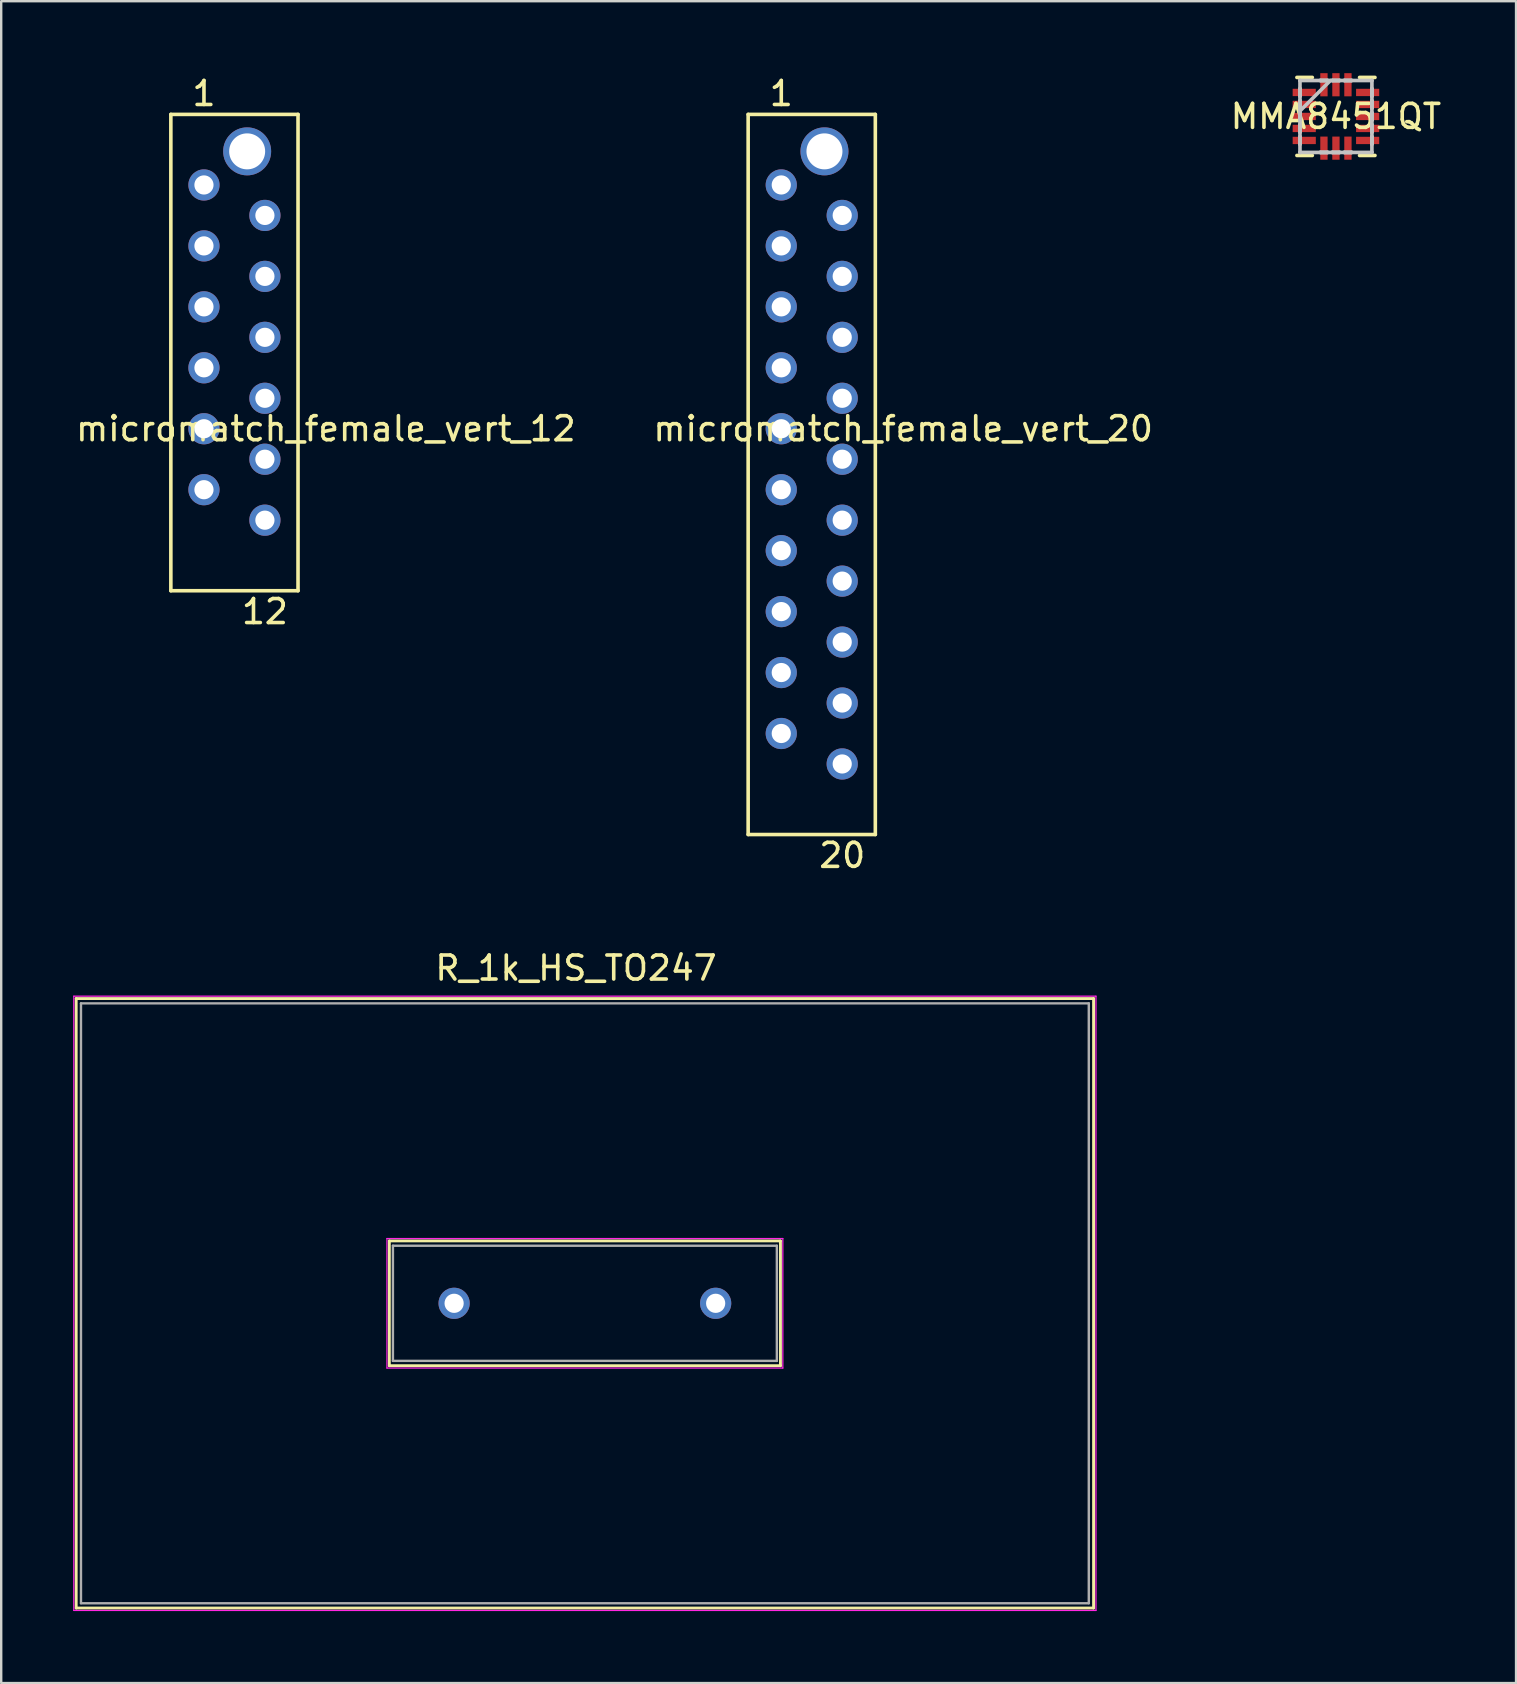
<source format=kicad_pcb>
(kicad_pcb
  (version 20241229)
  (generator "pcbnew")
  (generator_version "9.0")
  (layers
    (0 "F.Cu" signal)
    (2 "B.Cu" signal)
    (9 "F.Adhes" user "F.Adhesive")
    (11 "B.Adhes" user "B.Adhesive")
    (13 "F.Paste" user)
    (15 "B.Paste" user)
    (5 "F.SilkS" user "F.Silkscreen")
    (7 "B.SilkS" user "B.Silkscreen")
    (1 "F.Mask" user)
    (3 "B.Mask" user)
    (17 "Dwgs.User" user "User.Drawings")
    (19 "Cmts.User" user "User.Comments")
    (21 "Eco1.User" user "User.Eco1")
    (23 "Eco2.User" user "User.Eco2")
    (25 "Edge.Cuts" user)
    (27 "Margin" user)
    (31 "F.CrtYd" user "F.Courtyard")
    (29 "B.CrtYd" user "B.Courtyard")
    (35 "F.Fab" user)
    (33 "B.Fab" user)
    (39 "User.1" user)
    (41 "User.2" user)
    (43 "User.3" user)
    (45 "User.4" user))
  (footprint "MMA8451QT"
    (layer "F.Cu")
    (at 52.625 1.803)
    (property "Reference" "MMA8451QT" (at 0 0 0) (layer "F.SilkS") (effects (font (size 1 1) (thickness 0.15))))
    (attr through_hole)
    (fp_line (start -1.626 1.626) (end -0.985 1.626) (stroke (width 0.152) (type solid)) (layer "F.SilkS"))
    (fp_line (start -0.985 -1.626) (end -1.626 -1.626) (stroke (width 0.152) (type solid)) (layer "F.SilkS"))
    (fp_line (start 0.985 1.626) (end 1.626 1.626) (stroke (width 0.152) (type solid)) (layer "F.SilkS"))
    (fp_line (start 1.626 -1.626) (end 0.985 -1.626) (stroke (width 0.152) (type solid)) (layer "F.SilkS"))
    (fp_line (start -1.499 -1.499) (end -1.499 -1.499) (stroke (width 0.152) (type solid)) (layer "Dwgs.User"))
    (fp_line (start -1.499 -1.499) (end -1.499 1.499) (stroke (width 0.152) (type solid)) (layer "Dwgs.User"))
    (fp_line (start -1.499 -1.152) (end -1.499 -1.152) (stroke (width 0.152) (type solid)) (layer "Dwgs.User"))
    (fp_line (start -1.499 -1.152) (end -1.499 -0.848) (stroke (width 0.152) (type solid)) (layer "Dwgs.User"))
    (fp_line (start -1.499 -0.848) (end -1.499 -1.152) (stroke (width 0.152) (type solid)) (layer "Dwgs.User"))
    (fp_line (start -1.499 -0.848) (end -1.499 -0.848) (stroke (width 0.152) (type solid)) (layer "Dwgs.User"))
    (fp_line (start -1.499 -0.652) (end -1.499 -0.652) (stroke (width 0.152) (type solid)) (layer "Dwgs.User"))
    (fp_line (start -1.499 -0.652) (end -1.499 -0.348) (stroke (width 0.152) (type solid)) (layer "Dwgs.User"))
    (fp_line (start -1.499 -0.348) (end -1.499 -0.652) (stroke (width 0.152) (type solid)) (layer "Dwgs.User"))
    (fp_line (start -1.499 -0.348) (end -1.499 -0.348) (stroke (width 0.152) (type solid)) (layer "Dwgs.User"))
    (fp_line (start -1.499 -0.229) (end -0.229 -1.499) (stroke (width 0.152) (type solid)) (layer "Dwgs.User"))
    (fp_line (start -1.499 -0.152) (end -1.499 -0.152) (stroke (width 0.152) (type solid)) (layer "Dwgs.User"))
    (fp_line (start -1.499 -0.152) (end -1.499 0.152) (stroke (width 0.152) (type solid)) (layer "Dwgs.User"))
    (fp_line (start -1.499 0.152) (end -1.499 -0.152) (stroke (width 0.152) (type solid)) (layer "Dwgs.User"))
    (fp_line (start -1.499 0.152) (end -1.499 0.152) (stroke (width 0.152) (type solid)) (layer "Dwgs.User"))
    (fp_line (start -1.499 0.348) (end -1.499 0.348) (stroke (width 0.152) (type solid)) (layer "Dwgs.User"))
    (fp_line (start -1.499 0.348) (end -1.499 0.652) (stroke (width 0.152) (type solid)) (layer "Dwgs.User"))
    (fp_line (start -1.499 0.652) (end -1.499 0.348) (stroke (width 0.152) (type solid)) (layer "Dwgs.User"))
    (fp_line (start -1.499 0.652) (end -1.499 0.652) (stroke (width 0.152) (type solid)) (layer "Dwgs.User"))
    (fp_line (start -1.499 0.848) (end -1.499 0.848) (stroke (width 0.152) (type solid)) (layer "Dwgs.User"))
    (fp_line (start -1.499 0.848) (end -1.499 1.152) (stroke (width 0.152) (type solid)) (layer "Dwgs.User"))
    (fp_line (start -1.499 1.152) (end -1.499 0.848) (stroke (width 0.152) (type solid)) (layer "Dwgs.User"))
    (fp_line (start -1.499 1.152) (end -1.499 1.152) (stroke (width 0.152) (type solid)) (layer "Dwgs.User"))
    (fp_line (start -1.499 1.499) (end -1.499 1.499) (stroke (width 0.152) (type solid)) (layer "Dwgs.User"))
    (fp_line (start -1.499 1.499) (end 1.499 1.499) (stroke (width 0.152) (type solid)) (layer "Dwgs.User"))
    (fp_line (start -0.652 -1.499) (end -0.652 -1.499) (stroke (width 0.152) (type solid)) (layer "Dwgs.User"))
    (fp_line (start -0.652 -1.499) (end -0.348 -1.499) (stroke (width 0.152) (type solid)) (layer "Dwgs.User"))
    (fp_line (start -0.652 1.499) (end -0.652 1.499) (stroke (width 0.152) (type solid)) (layer "Dwgs.User"))
    (fp_line (start -0.652 1.499) (end -0.348 1.499) (stroke (width 0.152) (type solid)) (layer "Dwgs.User"))
    (fp_line (start -0.348 -1.499) (end -0.652 -1.499) (stroke (width 0.152) (type solid)) (layer "Dwgs.User"))
    (fp_line (start -0.348 -1.499) (end -0.348 -1.499) (stroke (width 0.152) (type solid)) (layer "Dwgs.User"))
    (fp_line (start -0.348 1.499) (end -0.652 1.499) (stroke (width 0.152) (type solid)) (layer "Dwgs.User"))
    (fp_line (start -0.348 1.499) (end -0.348 1.499) (stroke (width 0.152) (type solid)) (layer "Dwgs.User"))
    (fp_line (start -0.152 -1.499) (end -0.152 -1.499) (stroke (width 0.152) (type solid)) (layer "Dwgs.User"))
    (fp_line (start -0.152 -1.499) (end 0.152 -1.499) (stroke (width 0.152) (type solid)) (layer "Dwgs.User"))
    (fp_line (start -0.152 1.499) (end -0.152 1.499) (stroke (width 0.152) (type solid)) (layer "Dwgs.User"))
    (fp_line (start -0.152 1.499) (end 0.152 1.499) (stroke (width 0.152) (type solid)) (layer "Dwgs.User"))
    (fp_line (start 0.152 -1.499) (end -0.152 -1.499) (stroke (width 0.152) (type solid)) (layer "Dwgs.User"))
    (fp_line (start 0.152 -1.499) (end 0.152 -1.499) (stroke (width 0.152) (type solid)) (layer "Dwgs.User"))
    (fp_line (start 0.152 1.499) (end -0.152 1.499) (stroke (width 0.152) (type solid)) (layer "Dwgs.User"))
    (fp_line (start 0.152 1.499) (end 0.152 1.499) (stroke (width 0.152) (type solid)) (layer "Dwgs.User"))
    (fp_line (start 0.348 -1.499) (end 0.348 -1.499) (stroke (width 0.152) (type solid)) (layer "Dwgs.User"))
    (fp_line (start 0.348 -1.499) (end 0.652 -1.499) (stroke (width 0.152) (type solid)) (layer "Dwgs.User"))
    (fp_line (start 0.348 1.499) (end 0.348 1.499) (stroke (width 0.152) (type solid)) (layer "Dwgs.User"))
    (fp_line (start 0.348 1.499) (end 0.652 1.499) (stroke (width 0.152) (type solid)) (layer "Dwgs.User"))
    (fp_line (start 0.652 -1.499) (end 0.348 -1.499) (stroke (width 0.152) (type solid)) (layer "Dwgs.User"))
    (fp_line (start 0.652 -1.499) (end 0.652 -1.499) (stroke (width 0.152) (type solid)) (layer "Dwgs.User"))
    (fp_line (start 0.652 1.499) (end 0.348 1.499) (stroke (width 0.152) (type solid)) (layer "Dwgs.User"))
    (fp_line (start 0.652 1.499) (end 0.652 1.499) (stroke (width 0.152) (type solid)) (layer "Dwgs.User"))
    (fp_line (start 1.499 -1.499) (end -1.499 -1.499) (stroke (width 0.152) (type solid)) (layer "Dwgs.User"))
    (fp_line (start 1.499 -1.499) (end 1.499 -1.499) (stroke (width 0.152) (type solid)) (layer "Dwgs.User"))
    (fp_line (start 1.499 -1.152) (end 1.499 -1.152) (stroke (width 0.152) (type solid)) (layer "Dwgs.User"))
    (fp_line (start 1.499 -1.152) (end 1.499 -0.848) (stroke (width 0.152) (type solid)) (layer "Dwgs.User"))
    (fp_line (start 1.499 -0.848) (end 1.499 -1.152) (stroke (width 0.152) (type solid)) (layer "Dwgs.User"))
    (fp_line (start 1.499 -0.848) (end 1.499 -0.848) (stroke (width 0.152) (type solid)) (layer "Dwgs.User"))
    (fp_line (start 1.499 -0.652) (end 1.499 -0.652) (stroke (width 0.152) (type solid)) (layer "Dwgs.User"))
    (fp_line (start 1.499 -0.652) (end 1.499 -0.348) (stroke (width 0.152) (type solid)) (layer "Dwgs.User"))
    (fp_line (start 1.499 -0.348) (end 1.499 -0.652) (stroke (width 0.152) (type solid)) (layer "Dwgs.User"))
    (fp_line (start 1.499 -0.348) (end 1.499 -0.348) (stroke (width 0.152) (type solid)) (layer "Dwgs.User"))
    (fp_line (start 1.499 -0.152) (end 1.499 -0.152) (stroke (width 0.152) (type solid)) (layer "Dwgs.User"))
    (fp_line (start 1.499 -0.152) (end 1.499 0.152) (stroke (width 0.152) (type solid)) (layer "Dwgs.User"))
    (fp_line (start 1.499 0.152) (end 1.499 -0.152) (stroke (width 0.152) (type solid)) (layer "Dwgs.User"))
    (fp_line (start 1.499 0.152) (end 1.499 0.152) (stroke (width 0.152) (type solid)) (layer "Dwgs.User"))
    (fp_line (start 1.499 0.348) (end 1.499 0.348) (stroke (width 0.152) (type solid)) (layer "Dwgs.User"))
    (fp_line (start 1.499 0.348) (end 1.499 0.652) (stroke (width 0.152) (type solid)) (layer "Dwgs.User"))
    (fp_line (start 1.499 0.652) (end 1.499 0.348) (stroke (width 0.152) (type solid)) (layer "Dwgs.User"))
    (fp_line (start 1.499 0.652) (end 1.499 0.652) (stroke (width 0.152) (type solid)) (layer "Dwgs.User"))
    (fp_line (start 1.499 0.848) (end 1.499 0.848) (stroke (width 0.152) (type solid)) (layer "Dwgs.User"))
    (fp_line (start 1.499 0.848) (end 1.499 1.152) (stroke (width 0.152) (type solid)) (layer "Dwgs.User"))
    (fp_line (start 1.499 1.152) (end 1.499 0.848) (stroke (width 0.152) (type solid)) (layer "Dwgs.User"))
    (fp_line (start 1.499 1.152) (end 1.499 1.152) (stroke (width 0.152) (type solid)) (layer "Dwgs.User"))
    (fp_line (start 1.499 1.499) (end 1.499 -1.499) (stroke (width 0.152) (type solid)) (layer "Dwgs.User"))
    (fp_line (start 1.499 1.499) (end 1.499 1.499) (stroke (width 0.152) (type solid)) (layer "Dwgs.User"))
    (fp_text user "Copyright 2016 Accelerated Designs. All rights reserved." (at 0 0 0) (layer "Cmts.User") (effects (font (size 0.127 0.127) (thickness 0.002))))
    (pad "1" smd rect (at -1.321 -1 90) (size 0.305 0.965) (layers "F.Cu" "F.Mask" "F.Paste"))
    (pad "2" smd rect (at -1.321 -0.5 90) (size 0.305 0.965) (layers "F.Cu" "F.Mask" "F.Paste"))
    (pad "3" smd rect (at -1.321 0 90) (size 0.305 0.965) (layers "F.Cu" "F.Mask" "F.Paste"))
    (pad "4" smd rect (at -1.321 0.5 90) (size 0.305 0.965) (layers "F.Cu" "F.Mask" "F.Paste"))
    (pad "5" smd rect (at -1.321 1 90) (size 0.305 0.965) (layers "F.Cu" "F.Mask" "F.Paste"))
    (pad "6" smd rect (at -0.5 1.321) (size 0.305 0.965) (layers "F.Cu" "F.Mask" "F.Paste"))
    (pad "7" smd rect (at 0 1.321) (size 0.305 0.965) (layers "F.Cu" "F.Mask" "F.Paste"))
    (pad "8" smd rect (at 0.5 1.321) (size 0.305 0.965) (layers "F.Cu" "F.Mask" "F.Paste"))
    (pad "9" smd rect (at 1.321 1 90) (size 0.305 0.965) (layers "F.Cu" "F.Mask" "F.Paste"))
    (pad "10" smd rect (at 1.321 0.5 90) (size 0.305 0.965) (layers "F.Cu" "F.Mask" "F.Paste"))
    (pad "11" smd rect (at 1.321 0 90) (size 0.305 0.965) (layers "F.Cu" "F.Mask" "F.Paste"))
    (pad "12" smd rect (at 1.321 -0.5 90) (size 0.305 0.965) (layers "F.Cu" "F.Mask" "F.Paste"))
    (pad "13" smd rect (at 1.321 -1 90) (size 0.305 0.965) (layers "F.Cu" "F.Mask" "F.Paste"))
    (pad "14" smd rect (at 0.5 -1.321) (size 0.305 0.965) (layers "F.Cu" "F.Mask" "F.Paste"))
    (pad "15" smd rect (at 0 -1.321) (size 0.305 0.965) (layers "F.Cu" "F.Mask" "F.Paste"))
    (pad "16" smd rect (at -0.5 -1.321) (size 0.305 0.965) (layers "F.Cu" "F.Mask" "F.Paste")))
  (footprint "micromatch_female_vert_20"
    (layer "F.Cu")
    (at 29.509 9.738)
    (property "Reference" "micromatch_female_vert_20" (at 5.08 5.08 0) (layer "F.SilkS") (effects (font (size 1 1) (thickness 0.15))))
    (attr through_hole)
    (fp_line (start -1.38 -8.02) (end 3.92 -8.02) (stroke (width 0.15) (type solid)) (layer "F.SilkS"))
    (fp_line (start -1.38 21.99) (end -1.38 -8.02) (stroke (width 0.15) (type solid)) (layer "F.SilkS"))
    (fp_line (start -1.38 21.99) (end 3.92 21.99) (stroke (width 0.15) (type solid)) (layer "F.SilkS"))
    (fp_line (start 3.92 21.99) (end 3.92 -8.02) (stroke (width 0.15) (type solid)) (layer "F.SilkS"))
    (fp_text user "1" (at 0 -8.89 0) (layer "F.SilkS") (effects (font (size 1 1) (thickness 0.15))))
    (fp_text user "20" (at 2.54 22.86 0) (layer "F.SilkS") (effects (font (size 1 1) (thickness 0.15))))
    (pad "1" thru_hole circle (at 0 -5.08) (size 1.3 1.3) (drill 0.8) (layers "*.Cu" "*.Mask"))
    (pad "2" thru_hole circle (at 2.54 -3.81) (size 1.3 1.3) (drill 0.8) (layers "*.Cu" "*.Mask"))
    (pad "3" thru_hole circle (at 0 -2.54) (size 1.3 1.3) (drill 0.8) (layers "*.Cu" "*.Mask"))
    (pad "4" thru_hole circle (at 2.54 -1.27) (size 1.3 1.3) (drill 0.8) (layers "*.Cu" "*.Mask"))
    (pad "5" thru_hole circle (at 0 0) (size 1.3 1.3) (drill 0.8) (layers "*.Cu" "*.Mask"))
    (pad "6" thru_hole circle (at 2.54 1.27) (size 1.3 1.3) (drill 0.8) (layers "*.Cu" "*.Mask"))
    (pad "7" thru_hole circle (at 0 2.54) (size 1.3 1.3) (drill 0.8) (layers "*.Cu" "*.Mask"))
    (pad "8" thru_hole circle (at 2.54 3.81) (size 1.3 1.3) (drill 0.8) (layers "*.Cu" "*.Mask"))
    (pad "9" thru_hole circle (at 0 5.08) (size 1.3 1.3) (drill 0.8) (layers "*.Cu" "*.Mask"))
    (pad "10" thru_hole circle (at 2.54 6.35) (size 1.3 1.3) (drill 0.8) (layers "*.Cu" "*.Mask"))
    (pad "11" thru_hole circle (at 0 7.62) (size 1.3 1.3) (drill 0.8) (layers "*.Cu" "*.Mask"))
    (pad "12" thru_hole circle (at 2.54 8.89) (size 1.3 1.3) (drill 0.8) (layers "*.Cu" "*.Mask"))
    (pad "13" thru_hole circle (at 0 10.16) (size 1.3 1.3) (drill 0.8) (layers "*.Cu" "*.Mask"))
    (pad "14" thru_hole circle (at 2.54 11.43) (size 1.3 1.3) (drill 0.8) (layers "*.Cu" "*.Mask"))
    (pad "15" thru_hole circle (at 0 12.7) (size 1.3 1.3) (drill 0.8) (layers "*.Cu" "*.Mask"))
    (pad "16" thru_hole circle (at 2.54 13.97) (size 1.3 1.3) (drill 0.8) (layers "*.Cu" "*.Mask"))
    (pad "17" thru_hole circle (at 0 15.24) (size 1.3 1.3) (drill 0.8) (layers "*.Cu" "*.Mask"))
    (pad "18" thru_hole circle (at 2.54 16.51) (size 1.3 1.3) (drill 0.8) (layers "*.Cu" "*.Mask"))
    (pad "19" thru_hole circle (at 0 17.78) (size 1.3 1.3) (drill 0.8) (layers "*.Cu" "*.Mask"))
    (pad "20" thru_hole circle (at 2.54 19.05) (size 1.3 1.3) (drill 0.8) (layers "*.Cu" "*.Mask"))
    (pad "21" thru_hole circle (at 1.8 -6.48) (size 2 2) (drill 1.5) (layers "*.Cu" "*.Mask")))
  (footprint "R_1k_HS_TO247"
    (layer "F.Cu")
    (at 15.875 51.265)
    (property "Reference" "R_1k_HS_TO247" (at 5.08 -13.97 0) (layer "F.SilkS") (effects (font (size 1 1) (thickness 0.15))))
    (attr through_hole)
    (fp_line (start -15.75 -12.7) (end 26.65 -12.7) (stroke (width 0.12) (type solid)) (layer "F.SilkS"))
    (fp_line (start -15.75 12.7) (end -15.75 -12.7) (stroke (width 0.12) (type solid)) (layer "F.SilkS"))
    (fp_line (start -15.75 12.7) (end 26.65 12.7) (stroke (width 0.12) (type solid)) (layer "F.SilkS"))
    (fp_line (start -2.7 -2.6) (end -2.7 2.6) (stroke (width 0.12) (type solid)) (layer "F.SilkS"))
    (fp_line (start -2.7 -2.6) (end 13.6 -2.6) (stroke (width 0.12) (type solid)) (layer "F.SilkS"))
    (fp_line (start -2.7 2.6) (end 13.6 2.6) (stroke (width 0.12) (type solid)) (layer "F.SilkS"))
    (fp_line (start 13.6 -2.6) (end 13.6 2.6) (stroke (width 0.12) (type solid)) (layer "F.SilkS"))
    (fp_line (start 26.65 12.7) (end 26.65 -12.7) (stroke (width 0.12) (type solid)) (layer "F.SilkS"))
    (fp_line (start -15.85 -12.8) (end -15.85 12.8) (stroke (width 0.05) (type solid)) (layer "F.CrtYd"))
    (fp_line (start -15.85 -12.8) (end 26.75 -12.8) (stroke (width 0.05) (type solid)) (layer "F.CrtYd"))
    (fp_line (start -15.85 12.8) (end 26.75 12.8) (stroke (width 0.05) (type solid)) (layer "F.CrtYd"))
    (fp_line (start -2.8 -2.7) (end -2.8 2.7) (stroke (width 0.05) (type solid)) (layer "F.CrtYd"))
    (fp_line (start -2.8 -2.7) (end 13.7 -2.7) (stroke (width 0.05) (type solid)) (layer "F.CrtYd"))
    (fp_line (start 13.7 2.7) (end -2.8 2.7) (stroke (width 0.05) (type solid)) (layer "F.CrtYd"))
    (fp_line (start 13.7 2.7) (end 13.7 -2.7) (stroke (width 0.05) (type solid)) (layer "F.CrtYd"))
    (fp_line (start 26.75 12.8) (end 26.75 -12.8) (stroke (width 0.05) (type solid)) (layer "F.CrtYd"))
    (fp_line (start -15.55 -12.5) (end 26.45 -12.5) (stroke (width 0.1) (type solid)) (layer "F.Fab"))
    (fp_line (start -15.55 12.5) (end -15.55 -12.5) (stroke (width 0.1) (type solid)) (layer "F.Fab"))
    (fp_line (start -15.55 12.5) (end 26.45 12.5) (stroke (width 0.1) (type solid)) (layer "F.Fab"))
    (fp_line (start -2.55 -2.4) (end 13.45 -2.4) (stroke (width 0.1) (type solid)) (layer "F.Fab"))
    (fp_line (start -2.55 2.4) (end -2.55 -2.4) (stroke (width 0.1) (type solid)) (layer "F.Fab"))
    (fp_line (start -2.55 2.4) (end 13.45 2.4) (stroke (width 0.1) (type solid)) (layer "F.Fab"))
    (fp_line (start 13.45 2.4) (end 13.45 -2.4) (stroke (width 0.1) (type solid)) (layer "F.Fab"))
    (fp_line (start 26.45 12.5) (end 26.45 -12.5) (stroke (width 0.1) (type solid)) (layer "F.Fab"))
    (pad "1" thru_hole circle (at 0 0) (size 1.3 1.3) (drill 0.8) (layers "*.Cu" "*.Mask"))
    (pad "2" thru_hole circle (at 10.9 0) (size 1.3 1.3) (drill 0.8) (layers "*.Cu" "*.Mask")))
  (footprint "micromatch_female_vert_12"
    (layer "F.Cu")
    (at 5.45 9.738)
    (property "Reference" "micromatch_female_vert_12" (at 5.08 5.08 0) (layer "F.SilkS") (effects (font (size 1 1) (thickness 0.15))))
    (attr through_hole)
    (fp_line (start -1.38 -8.02) (end 3.92 -8.02) (stroke (width 0.15) (type solid)) (layer "F.SilkS"))
    (fp_line (start -1.38 11.83) (end -1.38 -8.02) (stroke (width 0.15) (type solid)) (layer "F.SilkS"))
    (fp_line (start -1.38 11.83) (end 3.92 11.83) (stroke (width 0.15) (type solid)) (layer "F.SilkS"))
    (fp_line (start 3.92 11.83) (end 3.92 -8.02) (stroke (width 0.15) (type solid)) (layer "F.SilkS"))
    (fp_text user "12" (at 2.54 12.7 0) (layer "F.SilkS") (effects (font (size 1 1) (thickness 0.15))))
    (fp_text user "1" (at 0 -8.89 0) (layer "F.SilkS") (effects (font (size 1 1) (thickness 0.15))))
    (pad "1" thru_hole circle (at 0 -5.08) (size 1.3 1.3) (drill 0.8) (layers "*.Cu" "*.Mask"))
    (pad "2" thru_hole circle (at 2.54 -3.81) (size 1.3 1.3) (drill 0.8) (layers "*.Cu" "*.Mask"))
    (pad "3" thru_hole circle (at 0 -2.54) (size 1.3 1.3) (drill 0.8) (layers "*.Cu" "*.Mask"))
    (pad "4" thru_hole circle (at 2.54 -1.27) (size 1.3 1.3) (drill 0.8) (layers "*.Cu" "*.Mask"))
    (pad "5" thru_hole circle (at 0 0) (size 1.3 1.3) (drill 0.8) (layers "*.Cu" "*.Mask"))
    (pad "6" thru_hole circle (at 2.54 1.27) (size 1.3 1.3) (drill 0.8) (layers "*.Cu" "*.Mask"))
    (pad "7" thru_hole circle (at 0 2.54) (size 1.3 1.3) (drill 0.8) (layers "*.Cu" "*.Mask"))
    (pad "8" thru_hole circle (at 2.54 3.81) (size 1.3 1.3) (drill 0.8) (layers "*.Cu" "*.Mask"))
    (pad "9" thru_hole circle (at 0 5.08) (size 1.3 1.3) (drill 0.8) (layers "*.Cu" "*.Mask"))
    (pad "10" thru_hole circle (at 2.54 6.35) (size 1.3 1.3) (drill 0.8) (layers "*.Cu" "*.Mask"))
    (pad "11" thru_hole circle (at 0 7.62) (size 1.3 1.3) (drill 0.8) (layers "*.Cu" "*.Mask"))
    (pad "12" thru_hole circle (at 2.54 8.89) (size 1.3 1.3) (drill 0.8) (layers "*.Cu" "*.Mask"))
    (pad "13" thru_hole circle (at 1.8 -6.48) (size 2 2) (drill 1.5) (layers "*.Cu" "*.Mask")))
  (gr_rect
    (start -3 -3)
    (end 60.131 67.09)
    (stroke (width 0.1) (type default))
    (fill no)
    (layer "Edge.Cuts")))
</source>
